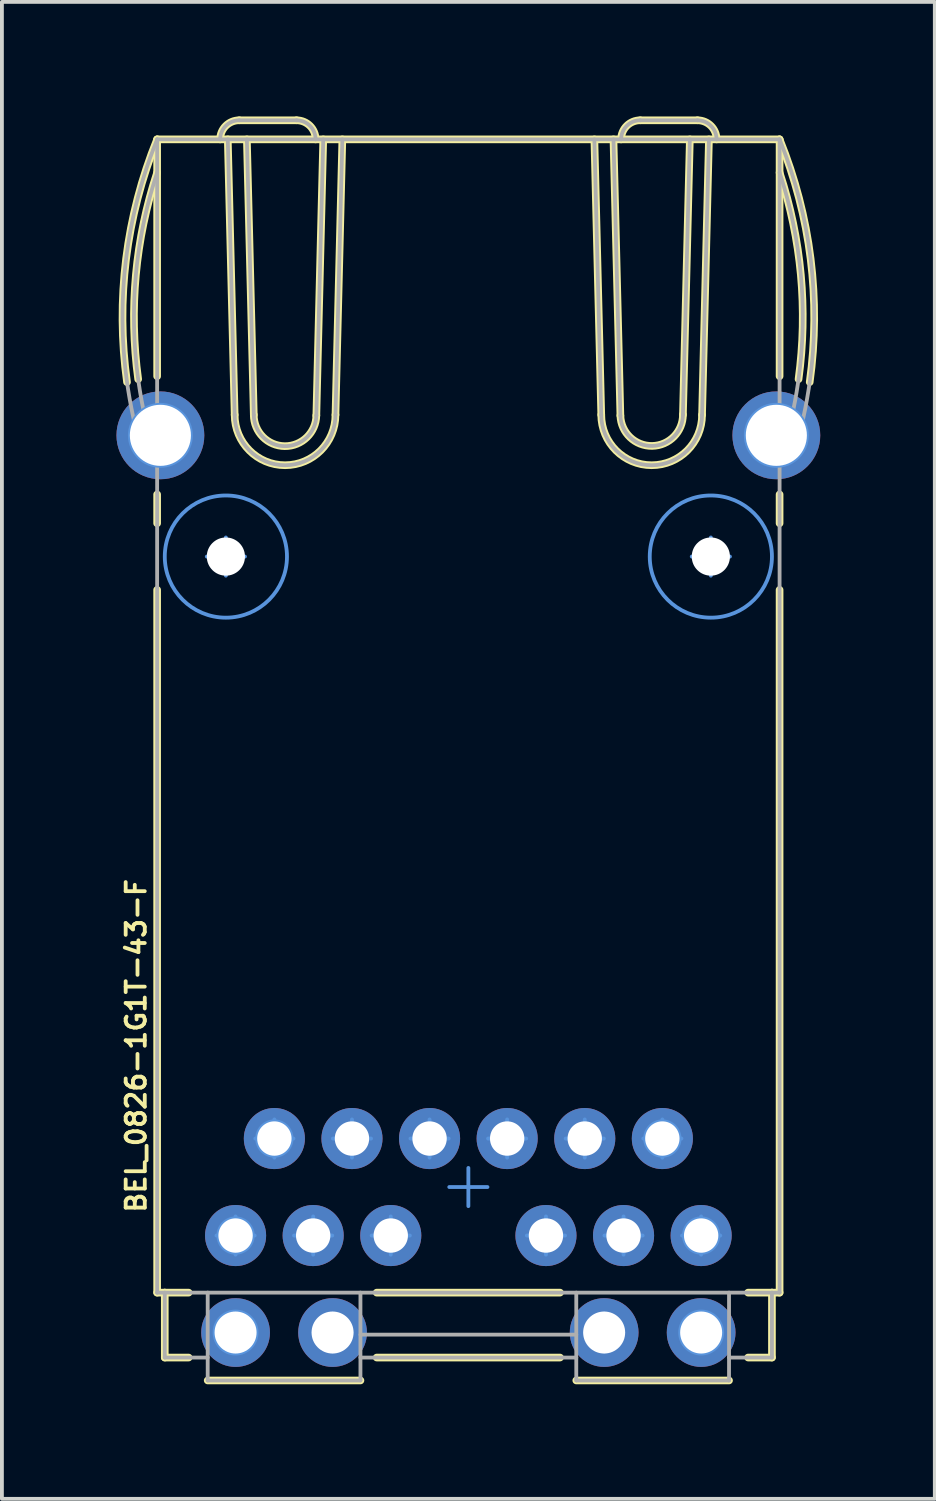
<source format=kicad_pcb>
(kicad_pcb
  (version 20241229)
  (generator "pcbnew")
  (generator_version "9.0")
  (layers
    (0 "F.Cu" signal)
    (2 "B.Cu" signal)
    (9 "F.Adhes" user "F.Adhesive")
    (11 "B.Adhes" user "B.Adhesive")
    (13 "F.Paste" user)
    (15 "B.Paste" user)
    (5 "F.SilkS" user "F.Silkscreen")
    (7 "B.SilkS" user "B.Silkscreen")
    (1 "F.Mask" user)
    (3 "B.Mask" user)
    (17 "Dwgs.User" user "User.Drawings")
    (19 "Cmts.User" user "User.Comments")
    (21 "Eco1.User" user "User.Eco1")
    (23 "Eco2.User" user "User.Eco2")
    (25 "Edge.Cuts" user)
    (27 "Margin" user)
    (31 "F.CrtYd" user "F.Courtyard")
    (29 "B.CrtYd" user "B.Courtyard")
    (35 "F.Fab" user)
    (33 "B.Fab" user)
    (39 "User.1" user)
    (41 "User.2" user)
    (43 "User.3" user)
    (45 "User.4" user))
  (footprint "BEL_0826-1G1T-43-F"
    (layer "F.Cu")
    (at 9.215 28.035)
    (property "Reference" "BEL_0826-1G1T-43-F" (at -8.7 -3.7 270) (layer "F.SilkS") (effects (font (size 0.5 0.5) (thickness 0.1))))
    (attr through_hole)
    (fp_line (start -8.15 -27.435) (end 8.15 -27.435) (stroke (width 0.2) (type solid)) (layer "F.SilkS"))
    (fp_line (start -8.15 -21.233) (end -8.15 -27.435) (stroke (width 0.2) (type solid)) (layer "F.SilkS"))
    (fp_line (start -8.15 -17.382) (end -8.15 -18.137) (stroke (width 0.2) (type solid)) (layer "F.SilkS"))
    (fp_line (start -8.15 2.765) (end -8.15 -15.638) (stroke (width 0.2) (type solid)) (layer "F.SilkS"))
    (fp_line (start -8.15 2.765) (end -7.95 2.765) (stroke (width 0.2) (type solid)) (layer "F.SilkS"))
    (fp_line (start -7.95 2.765) (end -7.325 2.765) (stroke (width 0.2) (type solid)) (layer "F.SilkS"))
    (fp_line (start -7.95 4.465) (end -7.95 2.765) (stroke (width 0.2) (type solid)) (layer "F.SilkS"))
    (fp_line (start -7.95 4.465) (end -7.325 4.465) (stroke (width 0.2) (type solid)) (layer "F.SilkS"))
    (fp_line (start -6.826 5.065) (end -2.826 5.065) (stroke (width 0.2) (type solid)) (layer "F.SilkS"))
    (fp_line (start -6.3 -27.435) (end -6.12 -20.222) (stroke (width 0.2) (type solid)) (layer "F.SilkS"))
    (fp_line (start -6 -27.935) (end -4.5 -27.935) (stroke (width 0.2) (type solid)) (layer "F.SilkS"))
    (fp_line (start -5.8 -27.435) (end -5.619 -20.222) (stroke (width 0.2) (type solid)) (layer "F.SilkS"))
    (fp_line (start -3.981 -20.201) (end -3.8 -27.435) (stroke (width 0.2) (type solid)) (layer "F.SilkS"))
    (fp_line (start -3.48 -20.222) (end -3.3 -27.435) (stroke (width 0.2) (type solid)) (layer "F.SilkS"))
    (fp_line (start -2.4 2.765) (end 2.4 2.765) (stroke (width 0.2) (type solid)) (layer "F.SilkS"))
    (fp_line (start -2.4 4.465) (end 2.4 4.465) (stroke (width 0.2) (type solid)) (layer "F.SilkS"))
    (fp_line (start 2.826 5.065) (end 6.826 5.065) (stroke (width 0.2) (type solid)) (layer "F.SilkS"))
    (fp_line (start 3.3 -27.435) (end 3.48 -20.222) (stroke (width 0.2) (type solid)) (layer "F.SilkS"))
    (fp_line (start 3.8 -27.435) (end 3.981 -20.201) (stroke (width 0.2) (type solid)) (layer "F.SilkS"))
    (fp_line (start 4.5 -27.935) (end 6 -27.935) (stroke (width 0.2) (type solid)) (layer "F.SilkS"))
    (fp_line (start 5.619 -20.222) (end 5.8 -27.435) (stroke (width 0.2) (type solid)) (layer "F.SilkS"))
    (fp_line (start 6.12 -20.222) (end 6.3 -27.435) (stroke (width 0.2) (type solid)) (layer "F.SilkS"))
    (fp_line (start 7.325 2.765) (end 7.95 2.765) (stroke (width 0.2) (type solid)) (layer "F.SilkS"))
    (fp_line (start 7.325 4.465) (end 7.95 4.465) (stroke (width 0.2) (type solid)) (layer "F.SilkS"))
    (fp_line (start 7.95 2.765) (end 8.15 2.765) (stroke (width 0.2) (type solid)) (layer "F.SilkS"))
    (fp_line (start 7.95 4.465) (end 7.95 2.765) (stroke (width 0.2) (type solid)) (layer "F.SilkS"))
    (fp_line (start 8.15 -21.233) (end 8.15 -27.435) (stroke (width 0.2) (type solid)) (layer "F.SilkS"))
    (fp_line (start 8.15 -17.382) (end 8.15 -18.137) (stroke (width 0.2) (type solid)) (layer "F.SilkS"))
    (fp_line (start 8.15 2.765) (end 8.15 -15.638) (stroke (width 0.2) (type solid)) (layer "F.SilkS"))
    (fp_arc (start -8.938847 -21.079018) (mid -8.962814 -24.308936) (end -8.15 -27.435) (stroke (width 0.2) (type solid)) (layer "F.SilkS"))
    (fp_arc (start -8.646615 -21.156078) (mid -8.706442 -23.88883) (end -8.15 -26.565) (stroke (width 0.2) (type solid)) (layer "F.SilkS"))
    (fp_arc (start -6.5 -27.435) (mid -6.353553 -27.788553) (end -6 -27.935) (stroke (width 0.2) (type solid)) (layer "F.SilkS"))
    (fp_arc (start -4.5 -27.935) (mid -4.146447 -27.788553) (end -4 -27.435) (stroke (width 0.2) (type solid)) (layer "F.SilkS"))
    (fp_arc (start -3.981125 -20.207706) (mid -4.807147 -19.403031) (end -5.619 -20.222) (stroke (width 0.2) (type solid)) (layer "F.SilkS"))
    (fp_arc (start -3.48 -20.222) (mid -4.8 -18.902) (end -6.12 -20.222) (stroke (width 0.2) (type solid)) (layer "F.SilkS"))
    (fp_arc (start 4 -27.435) (mid 4.146447 -27.788553) (end 4.5 -27.935) (stroke (width 0.2) (type solid)) (layer "F.SilkS"))
    (fp_arc (start 5.619242 -20.228703) (mid 4.813852 -19.402848) (end 3.981 -20.201) (stroke (width 0.2) (type solid)) (layer "F.SilkS"))
    (fp_arc (start 6 -27.935) (mid 6.353553 -27.788553) (end 6.5 -27.435) (stroke (width 0.2) (type solid)) (layer "F.SilkS"))
    (fp_arc (start 6.12 -20.222) (mid 4.8 -18.902) (end 3.48 -20.222) (stroke (width 0.2) (type solid)) (layer "F.SilkS"))
    (fp_arc (start 8.15 -27.435) (mid 8.962814 -24.308936) (end 8.938847 -21.079018) (stroke (width 0.2) (type solid)) (layer "F.SilkS"))
    (fp_arc (start 8.15 -26.565) (mid 8.706442 -23.88883) (end 8.646615 -21.156078) (stroke (width 0.2) (type solid)) (layer "F.SilkS"))
    (fp_line (start -8.565 -19.685) (end -8.065 -19.685) (stroke (width 0.1) (type solid)) (layer "Cmts.User"))
    (fp_line (start -8.065 -19.685) (end -8.065 -20.185) (stroke (width 0.1) (type solid)) (layer "Cmts.User"))
    (fp_line (start -8.065 -19.685) (end -7.565 -19.685) (stroke (width 0.1) (type solid)) (layer "Cmts.User"))
    (fp_line (start -8.065 -19.185) (end -8.065 -19.685) (stroke (width 0.1) (type solid)) (layer "Cmts.User"))
    (fp_line (start -6.85 -16.51) (end -6.35 -16.51) (stroke (width 0.1) (type solid)) (layer "Cmts.User"))
    (fp_line (start -6.596 1.27) (end -6.096 1.27) (stroke (width 0.1) (type solid)) (layer "Cmts.User"))
    (fp_line (start -6.596 3.81) (end -6.096 3.81) (stroke (width 0.1) (type solid)) (layer "Cmts.User"))
    (fp_line (start -6.35 -16.51) (end -6.35 -17.01) (stroke (width 0.1) (type solid)) (layer "Cmts.User"))
    (fp_line (start -6.35 -16.51) (end -5.85 -16.51) (stroke (width 0.1) (type solid)) (layer "Cmts.User"))
    (fp_line (start -6.35 -16.01) (end -6.35 -16.51) (stroke (width 0.1) (type solid)) (layer "Cmts.User"))
    (fp_line (start -6.096 1.27) (end -6.096 0.77) (stroke (width 0.1) (type solid)) (layer "Cmts.User"))
    (fp_line (start -6.096 1.27) (end -5.596 1.27) (stroke (width 0.1) (type solid)) (layer "Cmts.User"))
    (fp_line (start -6.096 1.77) (end -6.096 1.27) (stroke (width 0.1) (type solid)) (layer "Cmts.User"))
    (fp_line (start -6.096 3.81) (end -6.096 3.31) (stroke (width 0.1) (type solid)) (layer "Cmts.User"))
    (fp_line (start -6.096 3.81) (end -5.596 3.81) (stroke (width 0.1) (type solid)) (layer "Cmts.User"))
    (fp_line (start -6.096 4.31) (end -6.096 3.81) (stroke (width 0.1) (type solid)) (layer "Cmts.User"))
    (fp_line (start -5.58 -1.27) (end -5.08 -1.27) (stroke (width 0.1) (type solid)) (layer "Cmts.User"))
    (fp_line (start -5.08 -1.27) (end -5.08 -1.77) (stroke (width 0.1) (type solid)) (layer "Cmts.User"))
    (fp_line (start -5.08 -1.27) (end -4.58 -1.27) (stroke (width 0.1) (type solid)) (layer "Cmts.User"))
    (fp_line (start -5.08 -0.77) (end -5.08 -1.27) (stroke (width 0.1) (type solid)) (layer "Cmts.User"))
    (fp_line (start -4.564 1.27) (end -4.064 1.27) (stroke (width 0.1) (type solid)) (layer "Cmts.User"))
    (fp_line (start -4.064 1.27) (end -4.064 0.77) (stroke (width 0.1) (type solid)) (layer "Cmts.User"))
    (fp_line (start -4.064 1.27) (end -3.564 1.27) (stroke (width 0.1) (type solid)) (layer "Cmts.User"))
    (fp_line (start -4.064 1.77) (end -4.064 1.27) (stroke (width 0.1) (type solid)) (layer "Cmts.User"))
    (fp_line (start -4.056 3.81) (end -3.556 3.81) (stroke (width 0.1) (type solid)) (layer "Cmts.User"))
    (fp_line (start -3.556 3.81) (end -3.556 3.31) (stroke (width 0.1) (type solid)) (layer "Cmts.User"))
    (fp_line (start -3.556 3.81) (end -3.056 3.81) (stroke (width 0.1) (type solid)) (layer "Cmts.User"))
    (fp_line (start -3.556 4.31) (end -3.556 3.81) (stroke (width 0.1) (type solid)) (layer "Cmts.User"))
    (fp_line (start -3.548 -1.27) (end -3.048 -1.27) (stroke (width 0.1) (type solid)) (layer "Cmts.User"))
    (fp_line (start -3.048 -1.27) (end -3.048 -1.77) (stroke (width 0.1) (type solid)) (layer "Cmts.User"))
    (fp_line (start -3.048 -1.27) (end -2.548 -1.27) (stroke (width 0.1) (type solid)) (layer "Cmts.User"))
    (fp_line (start -3.048 -0.77) (end -3.048 -1.27) (stroke (width 0.1) (type solid)) (layer "Cmts.User"))
    (fp_line (start -2.532 1.27) (end -2.032 1.27) (stroke (width 0.1) (type solid)) (layer "Cmts.User"))
    (fp_line (start -2.032 1.27) (end -2.032 0.77) (stroke (width 0.1) (type solid)) (layer "Cmts.User"))
    (fp_line (start -2.032 1.27) (end -1.532 1.27) (stroke (width 0.1) (type solid)) (layer "Cmts.User"))
    (fp_line (start -2.032 1.77) (end -2.032 1.27) (stroke (width 0.1) (type solid)) (layer "Cmts.User"))
    (fp_line (start -1.516 -1.27) (end -1.016 -1.27) (stroke (width 0.1) (type solid)) (layer "Cmts.User"))
    (fp_line (start -1.016 -1.27) (end -1.016 -1.77) (stroke (width 0.1) (type solid)) (layer "Cmts.User"))
    (fp_line (start -1.016 -1.27) (end -0.516 -1.27) (stroke (width 0.1) (type solid)) (layer "Cmts.User"))
    (fp_line (start -1.016 -0.77) (end -1.016 -1.27) (stroke (width 0.1) (type solid)) (layer "Cmts.User"))
    (fp_line (start -0.5 0) (end 0 0) (stroke (width 0.1) (type solid)) (layer "Cmts.User"))
    (fp_line (start 0 0) (end 0 -0.5) (stroke (width 0.1) (type solid)) (layer "Cmts.User"))
    (fp_line (start 0 0) (end 0.5 0) (stroke (width 0.1) (type solid)) (layer "Cmts.User"))
    (fp_line (start 0 0.5) (end 0 0) (stroke (width 0.1) (type solid)) (layer "Cmts.User"))
    (fp_line (start 0.516 -1.27) (end 1.016 -1.27) (stroke (width 0.1) (type solid)) (layer "Cmts.User"))
    (fp_line (start 1.016 -1.27) (end 1.016 -1.77) (stroke (width 0.1) (type solid)) (layer "Cmts.User"))
    (fp_line (start 1.016 -1.27) (end 1.516 -1.27) (stroke (width 0.1) (type solid)) (layer "Cmts.User"))
    (fp_line (start 1.016 -0.77) (end 1.016 -1.27) (stroke (width 0.1) (type solid)) (layer "Cmts.User"))
    (fp_line (start 1.532 1.27) (end 2.032 1.27) (stroke (width 0.1) (type solid)) (layer "Cmts.User"))
    (fp_line (start 2.032 1.27) (end 2.032 0.77) (stroke (width 0.1) (type solid)) (layer "Cmts.User"))
    (fp_line (start 2.032 1.27) (end 2.532 1.27) (stroke (width 0.1) (type solid)) (layer "Cmts.User"))
    (fp_line (start 2.032 1.77) (end 2.032 1.27) (stroke (width 0.1) (type solid)) (layer "Cmts.User"))
    (fp_line (start 2.548 -1.27) (end 3.048 -1.27) (stroke (width 0.1) (type solid)) (layer "Cmts.User"))
    (fp_line (start 3.048 -1.27) (end 3.048 -1.77) (stroke (width 0.1) (type solid)) (layer "Cmts.User"))
    (fp_line (start 3.048 -1.27) (end 3.548 -1.27) (stroke (width 0.1) (type solid)) (layer "Cmts.User"))
    (fp_line (start 3.048 -0.77) (end 3.048 -1.27) (stroke (width 0.1) (type solid)) (layer "Cmts.User"))
    (fp_line (start 3.056 3.81) (end 3.556 3.81) (stroke (width 0.1) (type solid)) (layer "Cmts.User"))
    (fp_line (start 3.556 3.81) (end 3.556 3.31) (stroke (width 0.1) (type solid)) (layer "Cmts.User"))
    (fp_line (start 3.556 3.81) (end 4.056 3.81) (stroke (width 0.1) (type solid)) (layer "Cmts.User"))
    (fp_line (start 3.556 4.31) (end 3.556 3.81) (stroke (width 0.1) (type solid)) (layer "Cmts.User"))
    (fp_line (start 3.564 1.27) (end 4.064 1.27) (stroke (width 0.1) (type solid)) (layer "Cmts.User"))
    (fp_line (start 4.064 1.27) (end 4.064 0.77) (stroke (width 0.1) (type solid)) (layer "Cmts.User"))
    (fp_line (start 4.064 1.27) (end 4.564 1.27) (stroke (width 0.1) (type solid)) (layer "Cmts.User"))
    (fp_line (start 4.064 1.77) (end 4.064 1.27) (stroke (width 0.1) (type solid)) (layer "Cmts.User"))
    (fp_line (start 4.58 -1.27) (end 5.08 -1.27) (stroke (width 0.1) (type solid)) (layer "Cmts.User"))
    (fp_line (start 5.08 -1.27) (end 5.08 -1.77) (stroke (width 0.1) (type solid)) (layer "Cmts.User"))
    (fp_line (start 5.08 -1.27) (end 5.58 -1.27) (stroke (width 0.1) (type solid)) (layer "Cmts.User"))
    (fp_line (start 5.08 -0.77) (end 5.08 -1.27) (stroke (width 0.1) (type solid)) (layer "Cmts.User"))
    (fp_line (start 5.596 1.27) (end 6.096 1.27) (stroke (width 0.1) (type solid)) (layer "Cmts.User"))
    (fp_line (start 5.596 3.81) (end 6.096 3.81) (stroke (width 0.1) (type solid)) (layer "Cmts.User"))
    (fp_line (start 5.85 -16.51) (end 6.35 -16.51) (stroke (width 0.1) (type solid)) (layer "Cmts.User"))
    (fp_line (start 6.096 1.27) (end 6.096 0.77) (stroke (width 0.1) (type solid)) (layer "Cmts.User"))
    (fp_line (start 6.096 1.27) (end 6.596 1.27) (stroke (width 0.1) (type solid)) (layer "Cmts.User"))
    (fp_line (start 6.096 1.77) (end 6.096 1.27) (stroke (width 0.1) (type solid)) (layer "Cmts.User"))
    (fp_line (start 6.096 3.81) (end 6.096 3.31) (stroke (width 0.1) (type solid)) (layer "Cmts.User"))
    (fp_line (start 6.096 3.81) (end 6.596 3.81) (stroke (width 0.1) (type solid)) (layer "Cmts.User"))
    (fp_line (start 6.096 4.31) (end 6.096 3.81) (stroke (width 0.1) (type solid)) (layer "Cmts.User"))
    (fp_line (start 6.35 -16.51) (end 6.35 -17.01) (stroke (width 0.1) (type solid)) (layer "Cmts.User"))
    (fp_line (start 6.35 -16.51) (end 6.85 -16.51) (stroke (width 0.1) (type solid)) (layer "Cmts.User"))
    (fp_line (start 6.35 -16.01) (end 6.35 -16.51) (stroke (width 0.1) (type solid)) (layer "Cmts.User"))
    (fp_line (start 7.565 -19.685) (end 8.065 -19.685) (stroke (width 0.1) (type solid)) (layer "Cmts.User"))
    (fp_line (start 8.065 -19.685) (end 8.065 -20.185) (stroke (width 0.1) (type solid)) (layer "Cmts.User"))
    (fp_line (start 8.065 -19.685) (end 8.565 -19.685) (stroke (width 0.1) (type solid)) (layer "Cmts.User"))
    (fp_line (start 8.065 -19.185) (end 8.065 -19.685) (stroke (width 0.1) (type solid)) (layer "Cmts.User"))
    (fp_circle (center -8.065 -19.685) (end -7.265 -19.685) (stroke (width 0.1) (type solid)) (fill no) (layer "Cmts.User"))
    (fp_circle (center -6.35 -16.51) (end -4.75 -16.51) (stroke (width 0.1) (type solid)) (fill no) (layer "Cmts.User"))
    (fp_circle (center -6.096 1.27) (end -5.646 1.27) (stroke (width 0.1) (type solid)) (fill no) (layer "Cmts.User"))
    (fp_circle (center -6.096 3.81) (end -5.546 3.81) (stroke (width 0.1) (type solid)) (fill no) (layer "Cmts.User"))
    (fp_circle (center -5.08 -1.27) (end -4.63 -1.27) (stroke (width 0.1) (type solid)) (fill no) (layer "Cmts.User"))
    (fp_circle (center 5.08 -1.27) (end 5.53 -1.27) (stroke (width 0.1) (type solid)) (fill no) (layer "Cmts.User"))
    (fp_circle (center 6.096 1.27) (end 6.546 1.27) (stroke (width 0.1) (type solid)) (fill no) (layer "Cmts.User"))
    (fp_circle (center 6.096 3.81) (end 6.646 3.81) (stroke (width 0.1) (type solid)) (fill no) (layer "Cmts.User"))
    (fp_circle (center 6.35 -16.51) (end 7.95 -16.51) (stroke (width 0.1) (type solid)) (fill no) (layer "Cmts.User"))
    (fp_circle (center 8.065 -19.685) (end 8.865 -19.685) (stroke (width 0.1) (type solid)) (fill no) (layer "Cmts.User"))
    (fp_line (start -8.595 -19.435) (end -8.306 -19.516) (stroke (width 0.1) (type solid)) (layer "F.Fab"))
    (fp_line (start -8.15 -27.435) (end 8.15 -27.435) (stroke (width 0.1) (type solid)) (layer "F.Fab"))
    (fp_line (start -8.15 2.765) (end -8.15 -27.435) (stroke (width 0.1) (type solid)) (layer "F.Fab"))
    (fp_line (start -8.15 2.765) (end 8.15 2.765) (stroke (width 0.1) (type solid)) (layer "F.Fab"))
    (fp_line (start -7.95 4.465) (end -7.95 2.765) (stroke (width 0.1) (type solid)) (layer "F.Fab"))
    (fp_line (start -7.95 4.465) (end -6.826 4.465) (stroke (width 0.1) (type solid)) (layer "F.Fab"))
    (fp_line (start -6.826 5.065) (end -6.826 2.765) (stroke (width 0.1) (type solid)) (layer "F.Fab"))
    (fp_line (start -6.826 5.065) (end -2.826 5.065) (stroke (width 0.1) (type solid)) (layer "F.Fab"))
    (fp_line (start -6.3 -27.435) (end -6.12 -20.222) (stroke (width 0.1) (type solid)) (layer "F.Fab"))
    (fp_line (start -6 -27.935) (end -4.5 -27.935) (stroke (width 0.1) (type solid)) (layer "F.Fab"))
    (fp_line (start -5.8 -27.435) (end -5.619 -20.222) (stroke (width 0.1) (type solid)) (layer "F.Fab"))
    (fp_line (start -3.981 -20.201) (end -3.8 -27.435) (stroke (width 0.1) (type solid)) (layer "F.Fab"))
    (fp_line (start -3.48 -20.222) (end -3.3 -27.435) (stroke (width 0.1) (type solid)) (layer "F.Fab"))
    (fp_line (start -2.826 3.865) (end 2.826 3.865) (stroke (width 0.1) (type solid)) (layer "F.Fab"))
    (fp_line (start -2.826 4.465) (end 2.826 4.465) (stroke (width 0.1) (type solid)) (layer "F.Fab"))
    (fp_line (start -2.826 5.065) (end -2.826 2.765) (stroke (width 0.1) (type solid)) (layer "F.Fab"))
    (fp_line (start 2.826 5.065) (end 2.826 2.765) (stroke (width 0.1) (type solid)) (layer "F.Fab"))
    (fp_line (start 2.826 5.065) (end 6.826 5.065) (stroke (width 0.1) (type solid)) (layer "F.Fab"))
    (fp_line (start 3.3 -27.435) (end 3.48 -20.222) (stroke (width 0.1) (type solid)) (layer "F.Fab"))
    (fp_line (start 3.8 -27.435) (end 3.981 -20.201) (stroke (width 0.1) (type solid)) (layer "F.Fab"))
    (fp_line (start 4.5 -27.935) (end 6 -27.935) (stroke (width 0.1) (type solid)) (layer "F.Fab"))
    (fp_line (start 5.619 -20.222) (end 5.8 -27.435) (stroke (width 0.1) (type solid)) (layer "F.Fab"))
    (fp_line (start 6.12 -20.222) (end 6.3 -27.435) (stroke (width 0.1) (type solid)) (layer "F.Fab"))
    (fp_line (start 6.826 4.465) (end 7.95 4.465) (stroke (width 0.1) (type solid)) (layer "F.Fab"))
    (fp_line (start 6.826 5.065) (end 6.826 2.765) (stroke (width 0.1) (type solid)) (layer "F.Fab"))
    (fp_line (start 7.95 4.465) (end 7.95 2.765) (stroke (width 0.1) (type solid)) (layer "F.Fab"))
    (fp_line (start 8.15 2.765) (end 8.15 -27.435) (stroke (width 0.1) (type solid)) (layer "F.Fab"))
    (fp_line (start 8.306 -19.516) (end 8.595 -19.435) (stroke (width 0.1) (type solid)) (layer "F.Fab"))
    (fp_arc (start -8.582157 -19.390076) (mid -9.039208 -23.448697) (end -8.15 -27.435) (stroke (width 0.1) (type solid)) (layer "F.Fab"))
    (fp_arc (start -8.303494 -19.507056) (mid -8.754155 -23.047498) (end -8.15 -26.565) (stroke (width 0.1) (type solid)) (layer "F.Fab"))
    (fp_arc (start -6.5 -27.435) (mid -6.353553 -27.788553) (end -6 -27.935) (stroke (width 0.1) (type solid)) (layer "F.Fab"))
    (fp_arc (start -4.5 -27.935) (mid -4.146447 -27.788553) (end -4 -27.435) (stroke (width 0.1) (type solid)) (layer "F.Fab"))
    (fp_arc (start -3.981125 -20.207706) (mid -4.807147 -19.403031) (end -5.619 -20.222) (stroke (width 0.1) (type solid)) (layer "F.Fab"))
    (fp_arc (start -3.48 -20.222) (mid -4.8 -18.902) (end -6.12 -20.222) (stroke (width 0.1) (type solid)) (layer "F.Fab"))
    (fp_arc (start 4 -27.435) (mid 4.146447 -27.788553) (end 4.5 -27.935) (stroke (width 0.1) (type solid)) (layer "F.Fab"))
    (fp_arc (start 5.619242 -20.228703) (mid 4.813852 -19.402848) (end 3.981 -20.201) (stroke (width 0.1) (type solid)) (layer "F.Fab"))
    (fp_arc (start 6 -27.935) (mid 6.353553 -27.788553) (end 6.5 -27.435) (stroke (width 0.1) (type solid)) (layer "F.Fab"))
    (fp_arc (start 6.12 -20.222) (mid 4.8 -18.902) (end 3.48 -20.222) (stroke (width 0.1) (type solid)) (layer "F.Fab"))
    (fp_arc (start 8.15 -27.435) (mid 9.039208 -23.448697) (end 8.582157 -19.390076) (stroke (width 0.1) (type solid)) (layer "F.Fab"))
    (fp_arc (start 8.15 -26.565) (mid 8.754155 -23.047498) (end 8.303494 -19.507056) (stroke (width 0.1) (type solid)) (layer "F.Fab"))
    (pad "" np_thru_hole circle (at -6.35 -16.51) (size 1 1) (drill 3.2) (layers "*.Cu" "*.Mask"))
    (pad "" np_thru_hole circle (at 6.35 -16.51) (size 1 1) (drill 3.2) (layers "*.Cu" "*.Mask"))
    (pad "1" thru_hole circle (at -5.08 -1.27) (size 1.6 1.6) (drill 0.9) (layers "*.Cu" "*.Mask"))
    (pad "2" thru_hole circle (at -3.048 -1.27) (size 1.6 1.6) (drill 0.9) (layers "*.Cu" "*.Mask"))
    (pad "3" thru_hole circle (at -1.016 -1.27) (size 1.6 1.6) (drill 0.9) (layers "*.Cu" "*.Mask"))
    (pad "4" thru_hole circle (at 1.016 -1.27) (size 1.6 1.6) (drill 0.9) (layers "*.Cu" "*.Mask"))
    (pad "5" thru_hole circle (at 3.048 -1.27) (size 1.6 1.6) (drill 0.9) (layers "*.Cu" "*.Mask"))
    (pad "6" thru_hole circle (at 5.08 -1.27) (size 1.6 1.6) (drill 0.9) (layers "*.Cu" "*.Mask"))
    (pad "7" thru_hole circle (at -6.096 1.27) (size 1.6 1.6) (drill 0.9) (layers "*.Cu" "*.Mask"))
    (pad "8" thru_hole circle (at -4.064 1.27) (size 1.6 1.6) (drill 0.9) (layers "*.Cu" "*.Mask"))
    (pad "9" thru_hole circle (at -2.032 1.27) (size 1.6 1.6) (drill 0.9) (layers "*.Cu" "*.Mask"))
    (pad "10" thru_hole circle (at 2.032 1.27) (size 1.6 1.6) (drill 0.9) (layers "*.Cu" "*.Mask"))
    (pad "11" thru_hole circle (at 4.064 1.27) (size 1.6 1.6) (drill 0.9) (layers "*.Cu" "*.Mask"))
    (pad "12" thru_hole circle (at 6.096 1.27) (size 1.6 1.6) (drill 0.9) (layers "*.Cu" "*.Mask"))
    (pad "13" thru_hole circle (at -6.096 3.81) (size 1.8 1.8) (drill 1.1) (layers "*.Cu" "*.Mask"))
    (pad "14" thru_hole circle (at -3.556 3.81) (size 1.8 1.8) (drill 1.1) (layers "*.Cu" "*.Mask"))
    (pad "15" thru_hole circle (at 3.556 3.81) (size 1.8 1.8) (drill 1.1) (layers "*.Cu" "*.Mask"))
    (pad "16" thru_hole circle (at 6.096 3.81) (size 1.8 1.8) (drill 1.1) (layers "*.Cu" "*.Mask"))
    (pad "17" thru_hole circle (at -8.065 -19.685) (size 2.3 2.3) (drill 1.6) (layers "*.Cu" "*.Mask"))
    (pad "18" thru_hole circle (at 8.065 -19.685) (size 2.3 2.3) (drill 1.6) (layers "*.Cu" "*.Mask")))
  (gr_rect
    (start -3 -3)
    (end 21.43 36.2)
    (stroke (width 0.1) (type default))
    (fill no)
    (layer "Edge.Cuts")))
</source>
